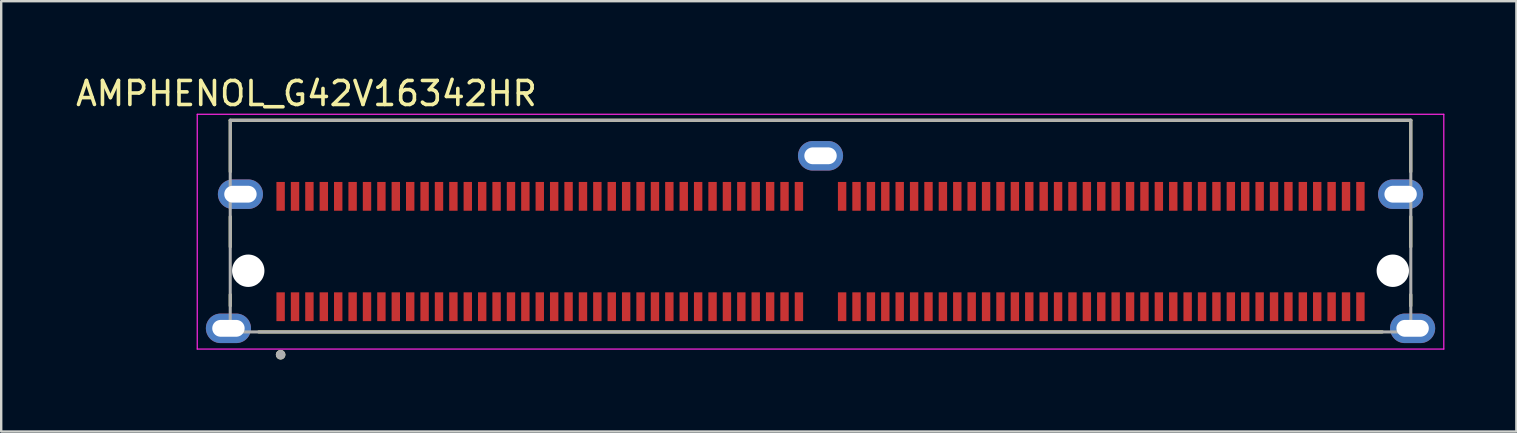
<source format=kicad_pcb>
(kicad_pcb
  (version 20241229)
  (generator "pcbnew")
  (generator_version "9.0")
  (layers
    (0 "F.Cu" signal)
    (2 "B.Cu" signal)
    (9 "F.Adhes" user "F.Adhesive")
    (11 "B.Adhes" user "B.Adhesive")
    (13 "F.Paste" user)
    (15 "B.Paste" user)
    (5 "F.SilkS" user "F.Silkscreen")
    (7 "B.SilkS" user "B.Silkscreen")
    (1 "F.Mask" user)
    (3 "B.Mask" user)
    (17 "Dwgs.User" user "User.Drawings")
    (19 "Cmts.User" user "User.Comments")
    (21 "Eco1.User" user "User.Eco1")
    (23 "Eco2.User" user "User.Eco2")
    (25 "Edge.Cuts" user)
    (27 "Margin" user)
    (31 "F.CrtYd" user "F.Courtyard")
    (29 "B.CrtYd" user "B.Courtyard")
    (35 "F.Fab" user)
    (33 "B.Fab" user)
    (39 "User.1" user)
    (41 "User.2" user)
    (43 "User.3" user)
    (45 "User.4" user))
  (footprint "AMPHENOL_G42V16342HR"
    (layer "F.Cu")
    (at 31.145 8.233)
    (property "Reference" "AMPHENOL_G42V16342HR" (at -21.425 -7.385 0) (layer "F.SilkS") (effects (font (size 1 1) (thickness 0.15))))
    (attr smd)
    (fp_line (start -24.6 -6.27) (end 24.6 -6.27) (stroke (width 0.127) (type solid)) (layer "F.SilkS"))
    (fp_line (start -24.6 -4.125) (end -24.6 -6.27) (stroke (width 0.127) (type solid)) (layer "F.SilkS"))
    (fp_line (start -24.6 -2.255) (end -24.6 -0.995) (stroke (width 0.127) (type solid)) (layer "F.SilkS"))
    (fp_line (start -24.6 0.995) (end -24.6 1.465) (stroke (width 0.127) (type solid)) (layer "F.SilkS"))
    (fp_line (start -23.415 2.55) (end 23.415 2.55) (stroke (width 0.127) (type solid)) (layer "F.SilkS"))
    (fp_line (start 24.6 -6.27) (end 24.6 -4.125) (stroke (width 0.127) (type solid)) (layer "F.SilkS"))
    (fp_line (start 24.6 -2.255) (end 24.6 -0.995) (stroke (width 0.127) (type solid)) (layer "F.SilkS"))
    (fp_line (start 24.6 0.995) (end 24.6 1.465) (stroke (width 0.127) (type solid)) (layer "F.SilkS"))
    (fp_circle (center -22.5 3.5) (end -22.4 3.5) (stroke (width 0.2) (type solid)) (fill no) (layer "F.SilkS"))
    (fp_line (start -25.975 -6.52) (end -25.975 3.265) (stroke (width 0.05) (type solid)) (layer "F.CrtYd"))
    (fp_line (start -25.975 3.265) (end 25.975 3.265) (stroke (width 0.05) (type solid)) (layer "F.CrtYd"))
    (fp_line (start 25.975 -6.52) (end -25.975 -6.52) (stroke (width 0.05) (type solid)) (layer "F.CrtYd"))
    (fp_line (start 25.975 3.265) (end 25.975 -6.52) (stroke (width 0.05) (type solid)) (layer "F.CrtYd"))
    (fp_line (start -24.6 -6.27) (end 24.6 -6.27) (stroke (width 0.127) (type solid)) (layer "F.Fab"))
    (fp_line (start -24.6 2.55) (end -24.6 -6.27) (stroke (width 0.127) (type solid)) (layer "F.Fab"))
    (fp_line (start 24.6 -6.27) (end 24.6 2.55) (stroke (width 0.127) (type solid)) (layer "F.Fab"))
    (fp_line (start 24.6 2.55) (end -24.6 2.55) (stroke (width 0.127) (type solid)) (layer "F.Fab"))
    (fp_circle (center -22.5 3.5) (end -22.4 3.5) (stroke (width 0.2) (type solid)) (fill no) (layer "F.Fab"))
    (pad "" np_thru_hole circle (at -23.85 0) (size 1.35 1.35) (drill 1.35) (layers "*.Cu" "*.Mask"))
    (pad "" np_thru_hole circle (at 23.85 0) (size 1.35 1.35) (drill 1.35) (layers "*.Cu" "*.Mask"))
    (pad "A1" smd rect (at -22.5 1.5) (size 0.35 1.2) (layers "F.Cu" "F.Mask" "F.Paste"))
    (pad "A2" smd rect (at -21.9 1.5) (size 0.35 1.2) (layers "F.Cu" "F.Mask" "F.Paste"))
    (pad "A3" smd rect (at -21.3 1.5) (size 0.35 1.2) (layers "F.Cu" "F.Mask" "F.Paste"))
    (pad "A4" smd rect (at -20.7 1.5) (size 0.35 1.2) (layers "F.Cu" "F.Mask" "F.Paste"))
    (pad "A5" smd rect (at -20.1 1.5) (size 0.35 1.2) (layers "F.Cu" "F.Mask" "F.Paste"))
    (pad "A6" smd rect (at -19.5 1.5) (size 0.35 1.2) (layers "F.Cu" "F.Mask" "F.Paste"))
    (pad "A7" smd rect (at -18.9 1.5) (size 0.35 1.2) (layers "F.Cu" "F.Mask" "F.Paste"))
    (pad "A8" smd rect (at -18.3 1.5) (size 0.35 1.2) (layers "F.Cu" "F.Mask" "F.Paste"))
    (pad "A9" smd rect (at -17.7 1.5) (size 0.35 1.2) (layers "F.Cu" "F.Mask" "F.Paste"))
    (pad "A10" smd rect (at -17.1 1.5) (size 0.35 1.2) (layers "F.Cu" "F.Mask" "F.Paste"))
    (pad "A11" smd rect (at -16.5 1.5) (size 0.35 1.2) (layers "F.Cu" "F.Mask" "F.Paste"))
    (pad "A12" smd rect (at -15.9 1.5) (size 0.35 1.2) (layers "F.Cu" "F.Mask" "F.Paste"))
    (pad "A13" smd rect (at -15.3 1.5) (size 0.35 1.2) (layers "F.Cu" "F.Mask" "F.Paste"))
    (pad "A14" smd rect (at -14.7 1.5) (size 0.35 1.2) (layers "F.Cu" "F.Mask" "F.Paste"))
    (pad "A15" smd rect (at -14.1 1.5) (size 0.35 1.2) (layers "F.Cu" "F.Mask" "F.Paste"))
    (pad "A16" smd rect (at -13.5 1.5) (size 0.35 1.2) (layers "F.Cu" "F.Mask" "F.Paste"))
    (pad "A17" smd rect (at -12.9 1.5) (size 0.35 1.2) (layers "F.Cu" "F.Mask" "F.Paste"))
    (pad "A18" smd rect (at -12.3 1.5) (size 0.35 1.2) (layers "F.Cu" "F.Mask" "F.Paste"))
    (pad "A19" smd rect (at -11.7 1.5) (size 0.35 1.2) (layers "F.Cu" "F.Mask" "F.Paste"))
    (pad "A20" smd rect (at -11.1 1.5) (size 0.35 1.2) (layers "F.Cu" "F.Mask" "F.Paste"))
    (pad "A21" smd rect (at -10.5 1.5) (size 0.35 1.2) (layers "F.Cu" "F.Mask" "F.Paste"))
    (pad "A22" smd rect (at -9.9 1.5) (size 0.35 1.2) (layers "F.Cu" "F.Mask" "F.Paste"))
    (pad "A23" smd rect (at -9.3 1.5) (size 0.35 1.2) (layers "F.Cu" "F.Mask" "F.Paste"))
    (pad "A24" smd rect (at -8.7 1.5) (size 0.35 1.2) (layers "F.Cu" "F.Mask" "F.Paste"))
    (pad "A25" smd rect (at -8.1 1.5) (size 0.35 1.2) (layers "F.Cu" "F.Mask" "F.Paste"))
    (pad "A26" smd rect (at -7.5 1.5) (size 0.35 1.2) (layers "F.Cu" "F.Mask" "F.Paste"))
    (pad "A27" smd rect (at -6.9 1.5) (size 0.35 1.2) (layers "F.Cu" "F.Mask" "F.Paste"))
    (pad "A28" smd rect (at -6.3 1.5) (size 0.35 1.2) (layers "F.Cu" "F.Mask" "F.Paste"))
    (pad "A29" smd rect (at -5.7 1.5) (size 0.35 1.2) (layers "F.Cu" "F.Mask" "F.Paste"))
    (pad "A30" smd rect (at -5.1 1.5) (size 0.35 1.2) (layers "F.Cu" "F.Mask" "F.Paste"))
    (pad "A31" smd rect (at -4.5 1.5) (size 0.35 1.2) (layers "F.Cu" "F.Mask" "F.Paste"))
    (pad "A32" smd rect (at -3.9 1.5) (size 0.35 1.2) (layers "F.Cu" "F.Mask" "F.Paste"))
    (pad "A33" smd rect (at -3.3 1.5) (size 0.35 1.2) (layers "F.Cu" "F.Mask" "F.Paste"))
    (pad "A34" smd rect (at -2.7 1.5) (size 0.35 1.2) (layers "F.Cu" "F.Mask" "F.Paste"))
    (pad "A35" smd rect (at -2.1 1.5) (size 0.35 1.2) (layers "F.Cu" "F.Mask" "F.Paste"))
    (pad "A36" smd rect (at -1.5 1.5) (size 0.35 1.2) (layers "F.Cu" "F.Mask" "F.Paste"))
    (pad "A37" smd rect (at -0.9 1.5) (size 0.35 1.2) (layers "F.Cu" "F.Mask" "F.Paste"))
    (pad "A38" smd rect (at 0.9 1.5) (size 0.35 1.2) (layers "F.Cu" "F.Mask" "F.Paste"))
    (pad "A39" smd rect (at 1.5 1.5) (size 0.35 1.2) (layers "F.Cu" "F.Mask" "F.Paste"))
    (pad "A40" smd rect (at 2.1 1.5) (size 0.35 1.2) (layers "F.Cu" "F.Mask" "F.Paste"))
    (pad "A41" smd rect (at 2.7 1.5) (size 0.35 1.2) (layers "F.Cu" "F.Mask" "F.Paste"))
    (pad "A42" smd rect (at 3.3 1.5) (size 0.35 1.2) (layers "F.Cu" "F.Mask" "F.Paste"))
    (pad "A43" smd rect (at 3.9 1.5) (size 0.35 1.2) (layers "F.Cu" "F.Mask" "F.Paste"))
    (pad "A44" smd rect (at 4.5 1.5) (size 0.35 1.2) (layers "F.Cu" "F.Mask" "F.Paste"))
    (pad "A45" smd rect (at 5.1 1.5) (size 0.35 1.2) (layers "F.Cu" "F.Mask" "F.Paste"))
    (pad "A46" smd rect (at 5.7 1.5) (size 0.35 1.2) (layers "F.Cu" "F.Mask" "F.Paste"))
    (pad "A47" smd rect (at 6.3 1.5) (size 0.35 1.2) (layers "F.Cu" "F.Mask" "F.Paste"))
    (pad "A48" smd rect (at 6.9 1.5) (size 0.35 1.2) (layers "F.Cu" "F.Mask" "F.Paste"))
    (pad "A49" smd rect (at 7.5 1.5) (size 0.35 1.2) (layers "F.Cu" "F.Mask" "F.Paste"))
    (pad "A50" smd rect (at 8.1 1.5) (size 0.35 1.2) (layers "F.Cu" "F.Mask" "F.Paste"))
    (pad "A51" smd rect (at 8.7 1.5) (size 0.35 1.2) (layers "F.Cu" "F.Mask" "F.Paste"))
    (pad "A52" smd rect (at 9.3 1.5) (size 0.35 1.2) (layers "F.Cu" "F.Mask" "F.Paste"))
    (pad "A53" smd rect (at 9.9 1.5) (size 0.35 1.2) (layers "F.Cu" "F.Mask" "F.Paste"))
    (pad "A54" smd rect (at 10.5 1.5) (size 0.35 1.2) (layers "F.Cu" "F.Mask" "F.Paste"))
    (pad "A55" smd rect (at 11.1 1.5) (size 0.35 1.2) (layers "F.Cu" "F.Mask" "F.Paste"))
    (pad "A56" smd rect (at 11.7 1.5) (size 0.35 1.2) (layers "F.Cu" "F.Mask" "F.Paste"))
    (pad "A57" smd rect (at 12.3 1.5) (size 0.35 1.2) (layers "F.Cu" "F.Mask" "F.Paste"))
    (pad "A58" smd rect (at 12.9 1.5) (size 0.35 1.2) (layers "F.Cu" "F.Mask" "F.Paste"))
    (pad "A59" smd rect (at 13.5 1.5) (size 0.35 1.2) (layers "F.Cu" "F.Mask" "F.Paste"))
    (pad "A60" smd rect (at 14.1 1.5) (size 0.35 1.2) (layers "F.Cu" "F.Mask" "F.Paste"))
    (pad "A61" smd rect (at 14.7 1.5) (size 0.35 1.2) (layers "F.Cu" "F.Mask" "F.Paste"))
    (pad "A62" smd rect (at 15.3 1.5) (size 0.35 1.2) (layers "F.Cu" "F.Mask" "F.Paste"))
    (pad "A63" smd rect (at 15.9 1.5) (size 0.35 1.2) (layers "F.Cu" "F.Mask" "F.Paste"))
    (pad "A64" smd rect (at 16.5 1.5) (size 0.35 1.2) (layers "F.Cu" "F.Mask" "F.Paste"))
    (pad "A65" smd rect (at 17.1 1.5) (size 0.35 1.2) (layers "F.Cu" "F.Mask" "F.Paste"))
    (pad "A66" smd rect (at 17.7 1.5) (size 0.35 1.2) (layers "F.Cu" "F.Mask" "F.Paste"))
    (pad "A67" smd rect (at 18.3 1.5) (size 0.35 1.2) (layers "F.Cu" "F.Mask" "F.Paste"))
    (pad "A68" smd rect (at 18.9 1.5) (size 0.35 1.2) (layers "F.Cu" "F.Mask" "F.Paste"))
    (pad "A69" smd rect (at 19.5 1.5) (size 0.35 1.2) (layers "F.Cu" "F.Mask" "F.Paste"))
    (pad "A70" smd rect (at 20.1 1.5) (size 0.35 1.2) (layers "F.Cu" "F.Mask" "F.Paste"))
    (pad "A71" smd rect (at 20.7 1.5) (size 0.35 1.2) (layers "F.Cu" "F.Mask" "F.Paste"))
    (pad "A72" smd rect (at 21.3 1.5) (size 0.35 1.2) (layers "F.Cu" "F.Mask" "F.Paste"))
    (pad "A73" smd rect (at 21.9 1.5) (size 0.35 1.2) (layers "F.Cu" "F.Mask" "F.Paste"))
    (pad "A74" smd rect (at 22.5 1.5) (size 0.35 1.2) (layers "F.Cu" "F.Mask" "F.Paste"))
    (pad "B1" smd rect (at -22.5 -3.1) (size 0.35 1.2) (layers "F.Cu" "F.Mask" "F.Paste"))
    (pad "B2" smd rect (at -21.9 -3.1) (size 0.35 1.2) (layers "F.Cu" "F.Mask" "F.Paste"))
    (pad "B3" smd rect (at -21.3 -3.1) (size 0.35 1.2) (layers "F.Cu" "F.Mask" "F.Paste"))
    (pad "B4" smd rect (at -20.7 -3.1) (size 0.35 1.2) (layers "F.Cu" "F.Mask" "F.Paste"))
    (pad "B5" smd rect (at -20.1 -3.1) (size 0.35 1.2) (layers "F.Cu" "F.Mask" "F.Paste"))
    (pad "B6" smd rect (at -19.5 -3.1) (size 0.35 1.2) (layers "F.Cu" "F.Mask" "F.Paste"))
    (pad "B7" smd rect (at -18.9 -3.1) (size 0.35 1.2) (layers "F.Cu" "F.Mask" "F.Paste"))
    (pad "B8" smd rect (at -18.3 -3.1) (size 0.35 1.2) (layers "F.Cu" "F.Mask" "F.Paste"))
    (pad "B9" smd rect (at -17.7 -3.1) (size 0.35 1.2) (layers "F.Cu" "F.Mask" "F.Paste"))
    (pad "B10" smd rect (at -17.1 -3.1) (size 0.35 1.2) (layers "F.Cu" "F.Mask" "F.Paste"))
    (pad "B11" smd rect (at -16.5 -3.1) (size 0.35 1.2) (layers "F.Cu" "F.Mask" "F.Paste"))
    (pad "B12" smd rect (at -15.9 -3.1) (size 0.35 1.2) (layers "F.Cu" "F.Mask" "F.Paste"))
    (pad "B13" smd rect (at -15.3 -3.1) (size 0.35 1.2) (layers "F.Cu" "F.Mask" "F.Paste"))
    (pad "B14" smd rect (at -14.7 -3.1) (size 0.35 1.2) (layers "F.Cu" "F.Mask" "F.Paste"))
    (pad "B15" smd rect (at -14.1 -3.1) (size 0.35 1.2) (layers "F.Cu" "F.Mask" "F.Paste"))
    (pad "B16" smd rect (at -13.5 -3.1) (size 0.35 1.2) (layers "F.Cu" "F.Mask" "F.Paste"))
    (pad "B17" smd rect (at -12.9 -3.1) (size 0.35 1.2) (layers "F.Cu" "F.Mask" "F.Paste"))
    (pad "B18" smd rect (at -12.3 -3.1) (size 0.35 1.2) (layers "F.Cu" "F.Mask" "F.Paste"))
    (pad "B19" smd rect (at -11.7 -3.1) (size 0.35 1.2) (layers "F.Cu" "F.Mask" "F.Paste"))
    (pad "B20" smd rect (at -11.1 -3.1) (size 0.35 1.2) (layers "F.Cu" "F.Mask" "F.Paste"))
    (pad "B21" smd rect (at -10.5 -3.1) (size 0.35 1.2) (layers "F.Cu" "F.Mask" "F.Paste"))
    (pad "B22" smd rect (at -9.9 -3.1) (size 0.35 1.2) (layers "F.Cu" "F.Mask" "F.Paste"))
    (pad "B23" smd rect (at -9.3 -3.1) (size 0.35 1.2) (layers "F.Cu" "F.Mask" "F.Paste"))
    (pad "B24" smd rect (at -8.7 -3.1) (size 0.35 1.2) (layers "F.Cu" "F.Mask" "F.Paste"))
    (pad "B25" smd rect (at -8.1 -3.1) (size 0.35 1.2) (layers "F.Cu" "F.Mask" "F.Paste"))
    (pad "B26" smd rect (at -7.5 -3.1) (size 0.35 1.2) (layers "F.Cu" "F.Mask" "F.Paste"))
    (pad "B27" smd rect (at -6.9 -3.1) (size 0.35 1.2) (layers "F.Cu" "F.Mask" "F.Paste"))
    (pad "B28" smd rect (at -6.3 -3.1) (size 0.35 1.2) (layers "F.Cu" "F.Mask" "F.Paste"))
    (pad "B29" smd rect (at -5.7 -3.1) (size 0.35 1.2) (layers "F.Cu" "F.Mask" "F.Paste"))
    (pad "B30" smd rect (at -5.1 -3.1) (size 0.35 1.2) (layers "F.Cu" "F.Mask" "F.Paste"))
    (pad "B31" smd rect (at -4.5 -3.1) (size 0.35 1.2) (layers "F.Cu" "F.Mask" "F.Paste"))
    (pad "B32" smd rect (at -3.9 -3.1) (size 0.35 1.2) (layers "F.Cu" "F.Mask" "F.Paste"))
    (pad "B33" smd rect (at -3.3 -3.1) (size 0.35 1.2) (layers "F.Cu" "F.Mask" "F.Paste"))
    (pad "B34" smd rect (at -2.7 -3.1) (size 0.35 1.2) (layers "F.Cu" "F.Mask" "F.Paste"))
    (pad "B35" smd rect (at -2.1 -3.1) (size 0.35 1.2) (layers "F.Cu" "F.Mask" "F.Paste"))
    (pad "B36" smd rect (at -1.5 -3.1) (size 0.35 1.2) (layers "F.Cu" "F.Mask" "F.Paste"))
    (pad "B37" smd rect (at -0.9 -3.1) (size 0.35 1.2) (layers "F.Cu" "F.Mask" "F.Paste"))
    (pad "B38" smd rect (at 0.9 -3.1) (size 0.35 1.2) (layers "F.Cu" "F.Mask" "F.Paste"))
    (pad "B39" smd rect (at 1.5 -3.1) (size 0.35 1.2) (layers "F.Cu" "F.Mask" "F.Paste"))
    (pad "B40" smd rect (at 2.1 -3.1) (size 0.35 1.2) (layers "F.Cu" "F.Mask" "F.Paste"))
    (pad "B41" smd rect (at 2.7 -3.1) (size 0.35 1.2) (layers "F.Cu" "F.Mask" "F.Paste"))
    (pad "B42" smd rect (at 3.3 -3.1) (size 0.35 1.2) (layers "F.Cu" "F.Mask" "F.Paste"))
    (pad "B43" smd rect (at 3.9 -3.1) (size 0.35 1.2) (layers "F.Cu" "F.Mask" "F.Paste"))
    (pad "B44" smd rect (at 4.5 -3.1) (size 0.35 1.2) (layers "F.Cu" "F.Mask" "F.Paste"))
    (pad "B45" smd rect (at 5.1 -3.1) (size 0.35 1.2) (layers "F.Cu" "F.Mask" "F.Paste"))
    (pad "B46" smd rect (at 5.7 -3.1) (size 0.35 1.2) (layers "F.Cu" "F.Mask" "F.Paste"))
    (pad "B47" smd rect (at 6.3 -3.1) (size 0.35 1.2) (layers "F.Cu" "F.Mask" "F.Paste"))
    (pad "B48" smd rect (at 6.9 -3.1) (size 0.35 1.2) (layers "F.Cu" "F.Mask" "F.Paste"))
    (pad "B49" smd rect (at 7.5 -3.1) (size 0.35 1.2) (layers "F.Cu" "F.Mask" "F.Paste"))
    (pad "B50" smd rect (at 8.1 -3.1) (size 0.35 1.2) (layers "F.Cu" "F.Mask" "F.Paste"))
    (pad "B51" smd rect (at 8.7 -3.1) (size 0.35 1.2) (layers "F.Cu" "F.Mask" "F.Paste"))
    (pad "B52" smd rect (at 9.3 -3.1) (size 0.35 1.2) (layers "F.Cu" "F.Mask" "F.Paste"))
    (pad "B53" smd rect (at 9.9 -3.1) (size 0.35 1.2) (layers "F.Cu" "F.Mask" "F.Paste"))
    (pad "B54" smd rect (at 10.5 -3.1) (size 0.35 1.2) (layers "F.Cu" "F.Mask" "F.Paste"))
    (pad "B55" smd rect (at 11.1 -3.1) (size 0.35 1.2) (layers "F.Cu" "F.Mask" "F.Paste"))
    (pad "B56" smd rect (at 11.7 -3.1) (size 0.35 1.2) (layers "F.Cu" "F.Mask" "F.Paste"))
    (pad "B57" smd rect (at 12.3 -3.1) (size 0.35 1.2) (layers "F.Cu" "F.Mask" "F.Paste"))
    (pad "B58" smd rect (at 12.9 -3.1) (size 0.35 1.2) (layers "F.Cu" "F.Mask" "F.Paste"))
    (pad "B59" smd rect (at 13.5 -3.1) (size 0.35 1.2) (layers "F.Cu" "F.Mask" "F.Paste"))
    (pad "B60" smd rect (at 14.1 -3.1) (size 0.35 1.2) (layers "F.Cu" "F.Mask" "F.Paste"))
    (pad "B61" smd rect (at 14.7 -3.1) (size 0.35 1.2) (layers "F.Cu" "F.Mask" "F.Paste"))
    (pad "B62" smd rect (at 15.3 -3.1) (size 0.35 1.2) (layers "F.Cu" "F.Mask" "F.Paste"))
    (pad "B63" smd rect (at 15.9 -3.1) (size 0.35 1.2) (layers "F.Cu" "F.Mask" "F.Paste"))
    (pad "B64" smd rect (at 16.5 -3.1) (size 0.35 1.2) (layers "F.Cu" "F.Mask" "F.Paste"))
    (pad "B65" smd rect (at 17.1 -3.1) (size 0.35 1.2) (layers "F.Cu" "F.Mask" "F.Paste"))
    (pad "B66" smd rect (at 17.7 -3.1) (size 0.35 1.2) (layers "F.Cu" "F.Mask" "F.Paste"))
    (pad "B67" smd rect (at 18.3 -3.1) (size 0.35 1.2) (layers "F.Cu" "F.Mask" "F.Paste"))
    (pad "B68" smd rect (at 18.9 -3.1) (size 0.35 1.2) (layers "F.Cu" "F.Mask" "F.Paste"))
    (pad "B69" smd rect (at 19.5 -3.1) (size 0.35 1.2) (layers "F.Cu" "F.Mask" "F.Paste"))
    (pad "B70" smd rect (at 20.1 -3.1) (size 0.35 1.2) (layers "F.Cu" "F.Mask" "F.Paste"))
    (pad "B71" smd rect (at 20.7 -3.1) (size 0.35 1.2) (layers "F.Cu" "F.Mask" "F.Paste"))
    (pad "B72" smd rect (at 21.3 -3.1) (size 0.35 1.2) (layers "F.Cu" "F.Mask" "F.Paste"))
    (pad "B73" smd rect (at 21.9 -3.1) (size 0.35 1.2) (layers "F.Cu" "F.Mask" "F.Paste"))
    (pad "B74" smd rect (at 22.5 -3.1) (size 0.35 1.2) (layers "F.Cu" "F.Mask" "F.Paste"))
    (pad "SH1" thru_hole oval (at -24.175 -3.19) (size 1.88 1.23) (drill oval 1.35 0.7) (layers "*.Cu" "*.Mask"))
    (pad "SH2" thru_hole oval (at -24.675 2.4) (size 1.88 1.23) (drill oval 1.35 0.7) (layers "*.Cu" "*.Mask"))
    (pad "SH3" thru_hole oval (at 0 -4.79) (size 1.88 1.23) (drill oval 1.35 0.7) (layers "*.Cu" "*.Mask"))
    (pad "SH4" thru_hole oval (at 24.175 -3.19) (size 1.88 1.23) (drill oval 1.35 0.7) (layers "*.Cu" "*.Mask"))
    (pad "SH5" thru_hole oval (at 24.675 2.4) (size 1.88 1.23) (drill oval 1.35 0.7) (layers "*.Cu" "*.Mask"))
    (zone (net_name "") (layer "F.Cu") (hatch full 0.508) (connect_pads) (min_thickness 0.01) (filled_areas_thickness no) (keepout (tracks not_allowed) (vias not_allowed) (pads not_allowed) (copperpour not_allowed) (footprints allowed)) (placement (enabled no)) (fill) (polygon (pts (xy 7.67 10.883) (xy 7.358 10.883) (xy 7.364 10.869) (xy 7.371 10.853) (xy 7.378 10.837) (xy 7.383 10.821) (xy 7.389 10.804) (xy 7.394 10.788) (xy 7.398 10.771) (xy 7.402 10.754) (xy 7.406 10.737) (xy 7.408 10.72) (xy 7.411 10.702) (xy 7.413 10.685) (xy 7.414 10.668) (xy 7.415 10.65) (xy 7.415 10.633) (xy 7.415 10.616) (xy 7.414 10.598) (xy 7.413 10.581) (xy 7.411 10.564) (xy 7.408 10.546) (xy 7.406 10.529) (xy 7.402 10.512) (xy 7.398 10.495) (xy 7.394 10.478) (xy 7.389 10.462) (xy 7.383 10.445) (xy 7.378 10.429) (xy 7.371 10.413) (xy 7.364 10.397) (xy 7.358 10.383) (xy 7.67 10.383))))
    (zone (net_name "") (layer "F.Cu") (hatch full 0.508) (connect_pads) (min_thickness 0.01) (filled_areas_thickness no) (keepout (tracks not_allowed) (vias not_allowed) (pads not_allowed) (copperpour not_allowed) (footprints allowed)) (placement (enabled no)) (fill) (polygon (pts (xy 54.62 10.883) (xy 54.932 10.883) (xy 54.926 10.869) (xy 54.919 10.853) (xy 54.912 10.837) (xy 54.907 10.821) (xy 54.901 10.804) (xy 54.896 10.788) (xy 54.892 10.771) (xy 54.888 10.754) (xy 54.884 10.737) (xy 54.882 10.72) (xy 54.879 10.702) (xy 54.877 10.685) (xy 54.876 10.668) (xy 54.875 10.65) (xy 54.875 10.633) (xy 54.875 10.616) (xy 54.876 10.598) (xy 54.877 10.581) (xy 54.879 10.564) (xy 54.882 10.546) (xy 54.884 10.529) (xy 54.888 10.512) (xy 54.892 10.495) (xy 54.896 10.478) (xy 54.901 10.462) (xy 54.907 10.445) (xy 54.912 10.429) (xy 54.919 10.413) (xy 54.926 10.397) (xy 54.932 10.383) (xy 54.62 10.383))))
    (zone (net_name "") (layer "F.Cu") (hatch full 0.508) (connect_pads) (min_thickness 0.01) (filled_areas_thickness no) (keepout (tracks not_allowed) (vias not_allowed) (pads not_allowed) (copperpour not_allowed) (footprints allowed)) (placement (enabled no)) (fill) (polygon (pts (xy 6.082 5.293) (xy 5.77 5.293) (xy 5.77 4.793) (xy 6.082 4.793) (xy 6.076 4.807) (xy 6.069 4.823) (xy 6.062 4.839) (xy 6.057 4.855) (xy 6.051 4.872) (xy 6.046 4.888) (xy 6.042 4.905) (xy 6.038 4.922) (xy 6.034 4.939) (xy 6.032 4.956) (xy 6.029 4.974) (xy 6.027 4.991) (xy 6.026 5.008) (xy 6.025 5.026) (xy 6.025 5.043) (xy 6.025 5.06) (xy 6.026 5.078) (xy 6.027 5.095) (xy 6.029 5.112) (xy 6.032 5.13) (xy 6.034 5.147) (xy 6.038 5.164) (xy 6.042 5.181) (xy 6.046 5.198) (xy 6.051 5.214) (xy 6.057 5.231) (xy 6.062 5.247) (xy 6.069 5.263) (xy 6.076 5.279) (xy 6.082 5.293))))
    (zone (net_name "") (layer "F.Cu") (hatch full 0.508) (connect_pads) (min_thickness 0.01) (filled_areas_thickness no) (keepout (tracks not_allowed) (vias not_allowed) (pads not_allowed) (copperpour not_allowed) (footprints allowed)) (placement (enabled no)) (fill) (polygon (pts (xy 56.208 5.293) (xy 56.52 5.293) (xy 56.52 4.793) (xy 56.208 4.793) (xy 56.214 4.807) (xy 56.221 4.823) (xy 56.228 4.839) (xy 56.233 4.855) (xy 56.239 4.872) (xy 56.244 4.888) (xy 56.248 4.905) (xy 56.252 4.922) (xy 56.256 4.939) (xy 56.258 4.956) (xy 56.261 4.974) (xy 56.263 4.991) (xy 56.264 5.008) (xy 56.265 5.026) (xy 56.265 5.043) (xy 56.265 5.06) (xy 56.264 5.078) (xy 56.263 5.095) (xy 56.261 5.112) (xy 56.258 5.13) (xy 56.256 5.147) (xy 56.252 5.164) (xy 56.248 5.181) (xy 56.244 5.198) (xy 56.239 5.214) (xy 56.233 5.231) (xy 56.228 5.247) (xy 56.221 5.263) (xy 56.214 5.279) (xy 56.208 5.293))))
    (zone (net_name "") (layers "F.Cu" "B.Cu") (hatch full 0.508) (connect_pads) (min_thickness 0.01) (filled_areas_thickness no) (keepout (tracks allowed) (vias not_allowed) (pads allowed) (copperpour allowed) (footprints allowed)) (placement (enabled no)) (fill) (polygon (pts (xy 7.67 10.883) (xy 7.358 10.883) (xy 7.364 10.869) (xy 7.371 10.853) (xy 7.378 10.837) (xy 7.383 10.821) (xy 7.389 10.804) (xy 7.394 10.788) (xy 7.398 10.771) (xy 7.402 10.754) (xy 7.406 10.737) (xy 7.408 10.72) (xy 7.411 10.702) (xy 7.413 10.685) (xy 7.414 10.668) (xy 7.415 10.65) (xy 7.415 10.633) (xy 7.415 10.616) (xy 7.414 10.598) (xy 7.413 10.581) (xy 7.411 10.564) (xy 7.408 10.546) (xy 7.406 10.529) (xy 7.402 10.512) (xy 7.398 10.495) (xy 7.394 10.478) (xy 7.389 10.462) (xy 7.383 10.445) (xy 7.378 10.429) (xy 7.371 10.413) (xy 7.364 10.397) (xy 7.358 10.383) (xy 7.67 10.383))))
    (zone (net_name "") (layers "F.Cu" "B.Cu") (hatch full 0.508) (connect_pads) (min_thickness 0.01) (filled_areas_thickness no) (keepout (tracks allowed) (vias not_allowed) (pads allowed) (copperpour allowed) (footprints allowed)) (placement (enabled no)) (fill) (polygon (pts (xy 54.62 10.883) (xy 54.932 10.883) (xy 54.926 10.869) (xy 54.919 10.853) (xy 54.912 10.837) (xy 54.907 10.821) (xy 54.901 10.804) (xy 54.896 10.788) (xy 54.892 10.771) (xy 54.888 10.754) (xy 54.884 10.737) (xy 54.882 10.72) (xy 54.879 10.702) (xy 54.877 10.685) (xy 54.876 10.668) (xy 54.875 10.65) (xy 54.875 10.633) (xy 54.875 10.616) (xy 54.876 10.598) (xy 54.877 10.581) (xy 54.879 10.564) (xy 54.882 10.546) (xy 54.884 10.529) (xy 54.888 10.512) (xy 54.892 10.495) (xy 54.896 10.478) (xy 54.901 10.462) (xy 54.907 10.445) (xy 54.912 10.429) (xy 54.919 10.413) (xy 54.926 10.397) (xy 54.932 10.383) (xy 54.62 10.383))))
    (zone (net_name "") (layers "F.Cu" "B.Cu") (hatch full 0.508) (connect_pads) (min_thickness 0.01) (filled_areas_thickness no) (keepout (tracks allowed) (vias not_allowed) (pads allowed) (copperpour allowed) (footprints allowed)) (placement (enabled no)) (fill) (polygon (pts (xy 6.082 5.293) (xy 5.77 5.293) (xy 5.77 4.793) (xy 6.082 4.793) (xy 6.076 4.807) (xy 6.069 4.823) (xy 6.062 4.839) (xy 6.057 4.855) (xy 6.051 4.872) (xy 6.046 4.888) (xy 6.042 4.905) (xy 6.038 4.922) (xy 6.034 4.939) (xy 6.032 4.956) (xy 6.029 4.974) (xy 6.027 4.991) (xy 6.026 5.008) (xy 6.025 5.026) (xy 6.025 5.043) (xy 6.025 5.06) (xy 6.026 5.078) (xy 6.027 5.095) (xy 6.029 5.112) (xy 6.032 5.13) (xy 6.034 5.147) (xy 6.038 5.164) (xy 6.042 5.181) (xy 6.046 5.198) (xy 6.051 5.214) (xy 6.057 5.231) (xy 6.062 5.247) (xy 6.069 5.263) (xy 6.076 5.279) (xy 6.082 5.293))))
    (zone (net_name "") (layers "F.Cu" "B.Cu") (hatch full 0.508) (connect_pads) (min_thickness 0.01) (filled_areas_thickness no) (keepout (tracks allowed) (vias not_allowed) (pads allowed) (copperpour allowed) (footprints allowed)) (placement (enabled no)) (fill) (polygon (pts (xy 56.208 5.293) (xy 56.52 5.293) (xy 56.52 4.793) (xy 56.208 4.793) (xy 56.214 4.807) (xy 56.221 4.823) (xy 56.228 4.839) (xy 56.233 4.855) (xy 56.239 4.872) (xy 56.244 4.888) (xy 56.248 4.905) (xy 56.252 4.922) (xy 56.256 4.939) (xy 56.258 4.956) (xy 56.261 4.974) (xy 56.263 4.991) (xy 56.264 5.008) (xy 56.265 5.026) (xy 56.265 5.043) (xy 56.265 5.06) (xy 56.264 5.078) (xy 56.263 5.095) (xy 56.261 5.112) (xy 56.258 5.13) (xy 56.256 5.147) (xy 56.252 5.164) (xy 56.248 5.181) (xy 56.244 5.198) (xy 56.239 5.214) (xy 56.233 5.231) (xy 56.228 5.247) (xy 56.221 5.263) (xy 56.214 5.279) (xy 56.208 5.293)))))
  (gr_rect
    (start -3 -3)
    (end 60.145 14.933)
    (stroke (width 0.1) (type default))
    (fill no)
    (layer "Edge.Cuts")))
</source>
